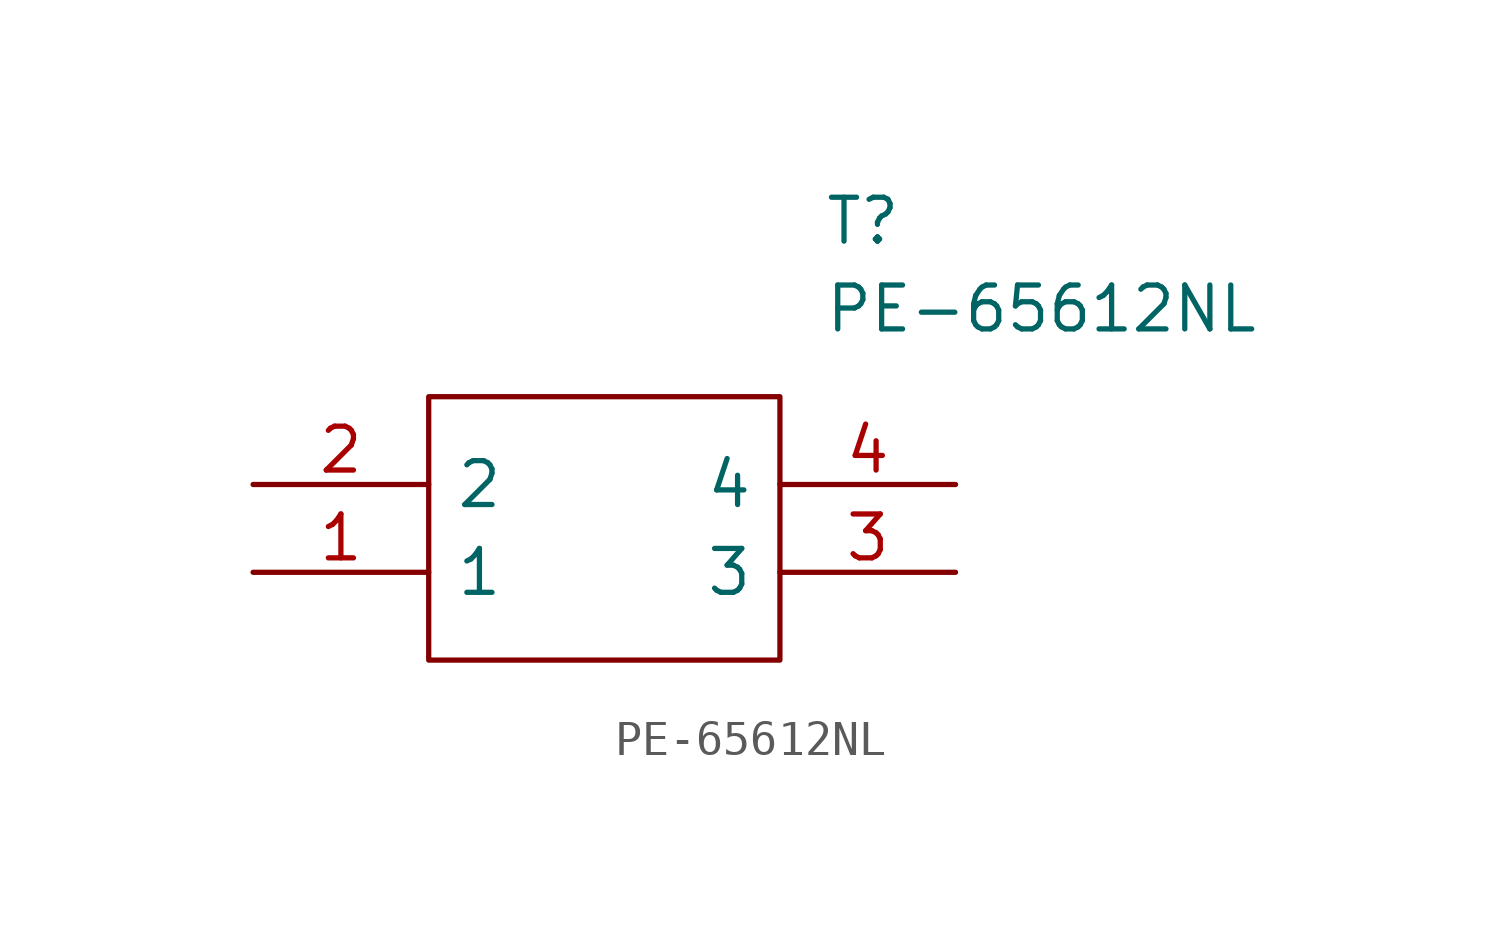
<source format=kicad_sym>
(kicad_symbol_lib
  (version 20241209)
  (generator "kicad_symbol_editor")
  (generator_version "9.0")
  (symbol "PE-65612NL"
    (pin_names
      (offset 0.762))
    (property "Reference" "T"
      (at 16.51 7.62 0)
      (effects (font (size 1.27 1.27)) (justify left)))
    (property "Value" "PE-65612NL"
      (at 16.51 5.08 0)
      (effects (font (size 1.27 1.27)) (justify left)))
    (symbol "PE-65612NL_0_0"
      (pin passive line (at 0 0 0) (length 5.08) (name "2" (effects (font (size 1.27 1.27)))) (number "2" (effects (font (size 1.27 1.27)))))
      (pin passive line (at 0 -2.54 0) (length 5.08) (name "1" (effects (font (size 1.27 1.27)))) (number "1" (effects (font (size 1.27 1.27)))))
      (pin passive line (at 20.32 0 180) (length 5.08) (name "4" (effects (font (size 1.27 1.27)))) (number "4" (effects (font (size 1.27 1.27)))))
      (pin passive line (at 20.32 -2.54 180) (length 5.08) (name "3" (effects (font (size 1.27 1.27)))) (number "3" (effects (font (size 1.27 1.27))))))
    (symbol "PE-65612NL_0_1"
      (polyline (pts (xy 5.08 2.54) (xy 15.24 2.54) (xy 15.24 -5.08) (xy 5.08 -5.08) (xy 5.08 2.54)) (stroke (width 0.152) (type solid)) (fill (type none))))))
</source>
